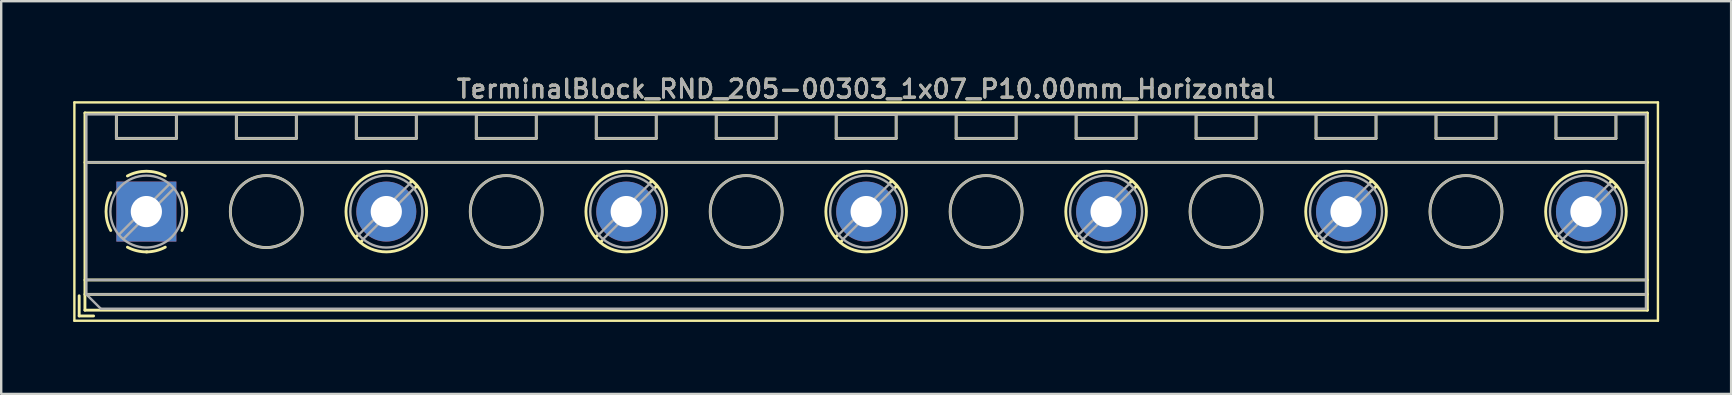
<source format=kicad_pcb>
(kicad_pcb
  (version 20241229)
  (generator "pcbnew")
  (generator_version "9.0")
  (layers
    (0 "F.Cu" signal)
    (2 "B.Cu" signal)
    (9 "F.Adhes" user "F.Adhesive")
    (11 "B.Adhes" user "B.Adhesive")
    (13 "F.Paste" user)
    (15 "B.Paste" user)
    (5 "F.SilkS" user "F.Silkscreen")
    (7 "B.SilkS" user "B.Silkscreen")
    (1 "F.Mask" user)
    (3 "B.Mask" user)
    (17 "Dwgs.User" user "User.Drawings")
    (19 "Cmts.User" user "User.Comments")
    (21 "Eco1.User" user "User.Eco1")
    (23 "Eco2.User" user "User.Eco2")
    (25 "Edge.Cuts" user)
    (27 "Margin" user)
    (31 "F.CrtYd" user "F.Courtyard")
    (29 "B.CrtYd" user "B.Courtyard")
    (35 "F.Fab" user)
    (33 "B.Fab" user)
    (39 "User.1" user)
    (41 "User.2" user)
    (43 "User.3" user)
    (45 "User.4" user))
  (footprint "TerminalBlock_RND_205-00303_1x07_P10.00mm_Horizontal"
    (layer "F.Cu")
    (at 3.05 5.768)
    (property "Reference" "TerminalBlock_RND_205-00303_1x07_P10.00mm_Horizontal" (at 30 -5.11 0) (layer "F.SilkS") (effects (font (size 0.75 0.75) (thickness 0.125))))
    (attr through_hole)
    (fp_line (start -3 -4.55) (end -3 4.55) (stroke (width 0.1) (type solid)) (layer "F.SilkS"))
    (fp_line (start -3 4.55) (end 63 4.55) (stroke (width 0.1) (type solid)) (layer "F.SilkS"))
    (fp_line (start -2.8 3.51) (end -2.8 4.35) (stroke (width 0.12) (type solid)) (layer "F.SilkS"))
    (fp_line (start -2.8 4.35) (end -2.2 4.35) (stroke (width 0.12) (type solid)) (layer "F.SilkS"))
    (fp_line (start -2.56 -4.11) (end -2.56 4.11) (stroke (width 0.12) (type solid)) (layer "F.SilkS"))
    (fp_line (start -2.56 -4.11) (end 62.56 -4.11) (stroke (width 0.12) (type solid)) (layer "F.SilkS"))
    (fp_line (start -2.56 -2.05) (end 62.56 -2.05) (stroke (width 0.12) (type solid)) (layer "F.SilkS"))
    (fp_line (start -2.56 2.85) (end 62.56 2.85) (stroke (width 0.12) (type solid)) (layer "F.SilkS"))
    (fp_line (start -2.56 3.45) (end 62.56 3.45) (stroke (width 0.12) (type solid)) (layer "F.SilkS"))
    (fp_line (start -2.56 4.11) (end 62.56 4.11) (stroke (width 0.12) (type solid)) (layer "F.SilkS"))
    (fp_line (start -1.25 -4.05) (end -1.25 -3.05) (stroke (width 0.12) (type solid)) (layer "F.SilkS"))
    (fp_line (start -1.25 -4.05) (end 1.25 -4.05) (stroke (width 0.12) (type solid)) (layer "F.SilkS"))
    (fp_line (start -1.25 -3.05) (end 1.25 -3.05) (stroke (width 0.12) (type solid)) (layer "F.SilkS"))
    (fp_line (start 1.25 -4.05) (end 1.25 -3.05) (stroke (width 0.12) (type solid)) (layer "F.SilkS"))
    (fp_line (start 3.75 -4.05) (end 3.75 -3.05) (stroke (width 0.12) (type solid)) (layer "F.SilkS"))
    (fp_line (start 3.75 -4.05) (end 6.25 -4.05) (stroke (width 0.12) (type solid)) (layer "F.SilkS"))
    (fp_line (start 3.75 -3.05) (end 6.25 -3.05) (stroke (width 0.12) (type solid)) (layer "F.SilkS"))
    (fp_line (start 6.25 -4.05) (end 6.25 -3.05) (stroke (width 0.12) (type solid)) (layer "F.SilkS"))
    (fp_line (start 8.75 -4.05) (end 8.75 -3.05) (stroke (width 0.12) (type solid)) (layer "F.SilkS"))
    (fp_line (start 8.75 -4.05) (end 11.25 -4.05) (stroke (width 0.12) (type solid)) (layer "F.SilkS"))
    (fp_line (start 8.75 -3.05) (end 11.25 -3.05) (stroke (width 0.12) (type solid)) (layer "F.SilkS"))
    (fp_line (start 8.82 0.976) (end 8.726 1.069) (stroke (width 0.12) (type solid)) (layer "F.SilkS"))
    (fp_line (start 8.99 1.216) (end 8.931 1.274) (stroke (width 0.12) (type solid)) (layer "F.SilkS"))
    (fp_line (start 11.07 -1.275) (end 11.011 -1.216) (stroke (width 0.12) (type solid)) (layer "F.SilkS"))
    (fp_line (start 11.25 -4.05) (end 11.25 -3.05) (stroke (width 0.12) (type solid)) (layer "F.SilkS"))
    (fp_line (start 11.275 -1.069) (end 11.181 -0.976) (stroke (width 0.12) (type solid)) (layer "F.SilkS"))
    (fp_line (start 13.75 -4.05) (end 13.75 -3.05) (stroke (width 0.12) (type solid)) (layer "F.SilkS"))
    (fp_line (start 13.75 -4.05) (end 16.25 -4.05) (stroke (width 0.12) (type solid)) (layer "F.SilkS"))
    (fp_line (start 13.75 -3.05) (end 16.25 -3.05) (stroke (width 0.12) (type solid)) (layer "F.SilkS"))
    (fp_line (start 16.25 -4.05) (end 16.25 -3.05) (stroke (width 0.12) (type solid)) (layer "F.SilkS"))
    (fp_line (start 18.75 -4.05) (end 18.75 -3.05) (stroke (width 0.12) (type solid)) (layer "F.SilkS"))
    (fp_line (start 18.75 -4.05) (end 21.25 -4.05) (stroke (width 0.12) (type solid)) (layer "F.SilkS"))
    (fp_line (start 18.75 -3.05) (end 21.25 -3.05) (stroke (width 0.12) (type solid)) (layer "F.SilkS"))
    (fp_line (start 18.82 0.976) (end 18.726 1.069) (stroke (width 0.12) (type solid)) (layer "F.SilkS"))
    (fp_line (start 18.99 1.216) (end 18.931 1.274) (stroke (width 0.12) (type solid)) (layer "F.SilkS"))
    (fp_line (start 21.07 -1.275) (end 21.011 -1.216) (stroke (width 0.12) (type solid)) (layer "F.SilkS"))
    (fp_line (start 21.25 -4.05) (end 21.25 -3.05) (stroke (width 0.12) (type solid)) (layer "F.SilkS"))
    (fp_line (start 21.275 -1.069) (end 21.181 -0.976) (stroke (width 0.12) (type solid)) (layer "F.SilkS"))
    (fp_line (start 23.75 -4.05) (end 23.75 -3.05) (stroke (width 0.12) (type solid)) (layer "F.SilkS"))
    (fp_line (start 23.75 -4.05) (end 26.25 -4.05) (stroke (width 0.12) (type solid)) (layer "F.SilkS"))
    (fp_line (start 23.75 -3.05) (end 26.25 -3.05) (stroke (width 0.12) (type solid)) (layer "F.SilkS"))
    (fp_line (start 26.25 -4.05) (end 26.25 -3.05) (stroke (width 0.12) (type solid)) (layer "F.SilkS"))
    (fp_line (start 28.75 -4.05) (end 28.75 -3.05) (stroke (width 0.12) (type solid)) (layer "F.SilkS"))
    (fp_line (start 28.75 -4.05) (end 31.25 -4.05) (stroke (width 0.12) (type solid)) (layer "F.SilkS"))
    (fp_line (start 28.75 -3.05) (end 31.25 -3.05) (stroke (width 0.12) (type solid)) (layer "F.SilkS"))
    (fp_line (start 28.82 0.976) (end 28.726 1.069) (stroke (width 0.12) (type solid)) (layer "F.SilkS"))
    (fp_line (start 28.99 1.216) (end 28.931 1.274) (stroke (width 0.12) (type solid)) (layer "F.SilkS"))
    (fp_line (start 31.07 -1.275) (end 31.011 -1.216) (stroke (width 0.12) (type solid)) (layer "F.SilkS"))
    (fp_line (start 31.25 -4.05) (end 31.25 -3.05) (stroke (width 0.12) (type solid)) (layer "F.SilkS"))
    (fp_line (start 31.275 -1.069) (end 31.181 -0.976) (stroke (width 0.12) (type solid)) (layer "F.SilkS"))
    (fp_line (start 33.75 -4.05) (end 33.75 -3.05) (stroke (width 0.12) (type solid)) (layer "F.SilkS"))
    (fp_line (start 33.75 -4.05) (end 36.25 -4.05) (stroke (width 0.12) (type solid)) (layer "F.SilkS"))
    (fp_line (start 33.75 -3.05) (end 36.25 -3.05) (stroke (width 0.12) (type solid)) (layer "F.SilkS"))
    (fp_line (start 36.25 -4.05) (end 36.25 -3.05) (stroke (width 0.12) (type solid)) (layer "F.SilkS"))
    (fp_line (start 38.75 -4.05) (end 38.75 -3.05) (stroke (width 0.12) (type solid)) (layer "F.SilkS"))
    (fp_line (start 38.75 -4.05) (end 41.25 -4.05) (stroke (width 0.12) (type solid)) (layer "F.SilkS"))
    (fp_line (start 38.75 -3.05) (end 41.25 -3.05) (stroke (width 0.12) (type solid)) (layer "F.SilkS"))
    (fp_line (start 38.82 0.976) (end 38.726 1.069) (stroke (width 0.12) (type solid)) (layer "F.SilkS"))
    (fp_line (start 38.99 1.216) (end 38.931 1.274) (stroke (width 0.12) (type solid)) (layer "F.SilkS"))
    (fp_line (start 41.07 -1.275) (end 41.011 -1.216) (stroke (width 0.12) (type solid)) (layer "F.SilkS"))
    (fp_line (start 41.25 -4.05) (end 41.25 -3.05) (stroke (width 0.12) (type solid)) (layer "F.SilkS"))
    (fp_line (start 41.275 -1.069) (end 41.181 -0.976) (stroke (width 0.12) (type solid)) (layer "F.SilkS"))
    (fp_line (start 43.75 -4.05) (end 43.75 -3.05) (stroke (width 0.12) (type solid)) (layer "F.SilkS"))
    (fp_line (start 43.75 -4.05) (end 46.25 -4.05) (stroke (width 0.12) (type solid)) (layer "F.SilkS"))
    (fp_line (start 43.75 -3.05) (end 46.25 -3.05) (stroke (width 0.12) (type solid)) (layer "F.SilkS"))
    (fp_line (start 46.25 -4.05) (end 46.25 -3.05) (stroke (width 0.12) (type solid)) (layer "F.SilkS"))
    (fp_line (start 48.75 -4.05) (end 48.75 -3.05) (stroke (width 0.12) (type solid)) (layer "F.SilkS"))
    (fp_line (start 48.75 -4.05) (end 51.25 -4.05) (stroke (width 0.12) (type solid)) (layer "F.SilkS"))
    (fp_line (start 48.75 -3.05) (end 51.25 -3.05) (stroke (width 0.12) (type solid)) (layer "F.SilkS"))
    (fp_line (start 48.82 0.976) (end 48.726 1.069) (stroke (width 0.12) (type solid)) (layer "F.SilkS"))
    (fp_line (start 48.99 1.216) (end 48.931 1.274) (stroke (width 0.12) (type solid)) (layer "F.SilkS"))
    (fp_line (start 51.07 -1.275) (end 51.011 -1.216) (stroke (width 0.12) (type solid)) (layer "F.SilkS"))
    (fp_line (start 51.25 -4.05) (end 51.25 -3.05) (stroke (width 0.12) (type solid)) (layer "F.SilkS"))
    (fp_line (start 51.275 -1.069) (end 51.181 -0.976) (stroke (width 0.12) (type solid)) (layer "F.SilkS"))
    (fp_line (start 53.75 -4.05) (end 53.75 -3.05) (stroke (width 0.12) (type solid)) (layer "F.SilkS"))
    (fp_line (start 53.75 -4.05) (end 56.25 -4.05) (stroke (width 0.12) (type solid)) (layer "F.SilkS"))
    (fp_line (start 53.75 -3.05) (end 56.25 -3.05) (stroke (width 0.12) (type solid)) (layer "F.SilkS"))
    (fp_line (start 56.25 -4.05) (end 56.25 -3.05) (stroke (width 0.12) (type solid)) (layer "F.SilkS"))
    (fp_line (start 58.75 -4.05) (end 58.75 -3.05) (stroke (width 0.12) (type solid)) (layer "F.SilkS"))
    (fp_line (start 58.75 -4.05) (end 61.25 -4.05) (stroke (width 0.12) (type solid)) (layer "F.SilkS"))
    (fp_line (start 58.75 -3.05) (end 61.25 -3.05) (stroke (width 0.12) (type solid)) (layer "F.SilkS"))
    (fp_line (start 58.82 0.976) (end 58.726 1.069) (stroke (width 0.12) (type solid)) (layer "F.SilkS"))
    (fp_line (start 58.99 1.216) (end 58.931 1.274) (stroke (width 0.12) (type solid)) (layer "F.SilkS"))
    (fp_line (start 61.07 -1.275) (end 61.011 -1.216) (stroke (width 0.12) (type solid)) (layer "F.SilkS"))
    (fp_line (start 61.25 -4.05) (end 61.25 -3.05) (stroke (width 0.12) (type solid)) (layer "F.SilkS"))
    (fp_line (start 61.275 -1.069) (end 61.181 -0.976) (stroke (width 0.12) (type solid)) (layer "F.SilkS"))
    (fp_line (start 62.56 -4.11) (end 62.56 4.11) (stroke (width 0.12) (type solid)) (layer "F.SilkS"))
    (fp_line (start 63 -4.55) (end -3 -4.55) (stroke (width 0.1) (type solid)) (layer "F.SilkS"))
    (fp_line (start 63 4.55) (end 63 -4.55) (stroke (width 0.1) (type solid)) (layer "F.SilkS"))
    (fp_arc (start -1.483953 0.789089) (mid -1.680708 0.00005) (end -1.484 -0.789) (stroke (width 0.12) (type solid)) (layer "F.SilkS"))
    (fp_arc (start -0.789089 -1.483953) (mid -0.00005 -1.680708) (end 0.789 -1.484) (stroke (width 0.12) (type solid)) (layer "F.SilkS"))
    (fp_arc (start 0.029383 1.68045) (mid -0.392304 1.634281) (end -0.789 1.484) (stroke (width 0.12) (type solid)) (layer "F.SilkS"))
    (fp_arc (start 0.788712 1.483352) (mid 0.406429 1.630097) (end 0 1.68) (stroke (width 0.12) (type solid)) (layer "F.SilkS"))
    (fp_arc (start 1.483953 -0.789089) (mid 1.680708 -0.00005) (end 1.484 0.789) (stroke (width 0.12) (type solid)) (layer "F.SilkS"))
    (fp_circle (center 5 0) (end 6.5 0) (stroke (width 0.12) (type solid)) (fill no) (layer "F.SilkS"))
    (fp_circle (center 10 0) (end 11.68 0) (stroke (width 0.12) (type solid)) (fill no) (layer "F.SilkS"))
    (fp_circle (center 15 0) (end 16.5 0) (stroke (width 0.12) (type solid)) (fill no) (layer "F.SilkS"))
    (fp_circle (center 20 0) (end 21.68 0) (stroke (width 0.12) (type solid)) (fill no) (layer "F.SilkS"))
    (fp_circle (center 25 0) (end 26.5 0) (stroke (width 0.12) (type solid)) (fill no) (layer "F.SilkS"))
    (fp_circle (center 30 0) (end 31.68 0) (stroke (width 0.12) (type solid)) (fill no) (layer "F.SilkS"))
    (fp_circle (center 35 0) (end 36.5 0) (stroke (width 0.12) (type solid)) (fill no) (layer "F.SilkS"))
    (fp_circle (center 40 0) (end 41.68 0) (stroke (width 0.12) (type solid)) (fill no) (layer "F.SilkS"))
    (fp_circle (center 45 0) (end 46.5 0) (stroke (width 0.12) (type solid)) (fill no) (layer "F.SilkS"))
    (fp_circle (center 50 0) (end 51.68 0) (stroke (width 0.12) (type solid)) (fill no) (layer "F.SilkS"))
    (fp_circle (center 55 0) (end 56.5 0) (stroke (width 0.12) (type solid)) (fill no) (layer "F.SilkS"))
    (fp_circle (center 60 0) (end 61.68 0) (stroke (width 0.12) (type solid)) (fill no) (layer "F.SilkS"))
    (fp_line (start -2.5 -4.05) (end 62.5 -4.05) (stroke (width 0.1) (type solid)) (layer "F.Fab"))
    (fp_line (start -2.5 -2.05) (end 62.5 -2.05) (stroke (width 0.1) (type solid)) (layer "F.Fab"))
    (fp_line (start -2.5 2.85) (end 62.5 2.85) (stroke (width 0.1) (type solid)) (layer "F.Fab"))
    (fp_line (start -2.5 3.45) (end -2.5 -4.05) (stroke (width 0.1) (type solid)) (layer "F.Fab"))
    (fp_line (start -2.5 3.45) (end 62.5 3.45) (stroke (width 0.1) (type solid)) (layer "F.Fab"))
    (fp_line (start -1.9 4.05) (end -2.5 3.45) (stroke (width 0.1) (type solid)) (layer "F.Fab"))
    (fp_line (start -1.25 -4.05) (end -1.25 -3.05) (stroke (width 0.1) (type solid)) (layer "F.Fab"))
    (fp_line (start -1.25 -3.05) (end 1.25 -3.05) (stroke (width 0.1) (type solid)) (layer "F.Fab"))
    (fp_line (start 0.955 -1.138) (end -1.138 0.955) (stroke (width 0.1) (type solid)) (layer "F.Fab"))
    (fp_line (start 1.138 -0.955) (end -0.955 1.138) (stroke (width 0.1) (type solid)) (layer "F.Fab"))
    (fp_line (start 1.25 -4.05) (end -1.25 -4.05) (stroke (width 0.1) (type solid)) (layer "F.Fab"))
    (fp_line (start 1.25 -3.05) (end 1.25 -4.05) (stroke (width 0.1) (type solid)) (layer "F.Fab"))
    (fp_line (start 3.75 -4.05) (end 3.75 -3.05) (stroke (width 0.1) (type solid)) (layer "F.Fab"))
    (fp_line (start 3.75 -3.05) (end 6.25 -3.05) (stroke (width 0.1) (type solid)) (layer "F.Fab"))
    (fp_line (start 6.25 -4.05) (end 3.75 -4.05) (stroke (width 0.1) (type solid)) (layer "F.Fab"))
    (fp_line (start 6.25 -3.05) (end 6.25 -4.05) (stroke (width 0.1) (type solid)) (layer "F.Fab"))
    (fp_line (start 8.75 -4.05) (end 8.75 -3.05) (stroke (width 0.1) (type solid)) (layer "F.Fab"))
    (fp_line (start 8.75 -3.05) (end 11.25 -3.05) (stroke (width 0.1) (type solid)) (layer "F.Fab"))
    (fp_line (start 10.955 -1.138) (end 8.863 0.955) (stroke (width 0.1) (type solid)) (layer "F.Fab"))
    (fp_line (start 11.138 -0.955) (end 9.046 1.138) (stroke (width 0.1) (type solid)) (layer "F.Fab"))
    (fp_line (start 11.25 -4.05) (end 8.75 -4.05) (stroke (width 0.1) (type solid)) (layer "F.Fab"))
    (fp_line (start 11.25 -3.05) (end 11.25 -4.05) (stroke (width 0.1) (type solid)) (layer "F.Fab"))
    (fp_line (start 13.75 -4.05) (end 13.75 -3.05) (stroke (width 0.1) (type solid)) (layer "F.Fab"))
    (fp_line (start 13.75 -3.05) (end 16.25 -3.05) (stroke (width 0.1) (type solid)) (layer "F.Fab"))
    (fp_line (start 16.25 -4.05) (end 13.75 -4.05) (stroke (width 0.1) (type solid)) (layer "F.Fab"))
    (fp_line (start 16.25 -3.05) (end 16.25 -4.05) (stroke (width 0.1) (type solid)) (layer "F.Fab"))
    (fp_line (start 18.75 -4.05) (end 18.75 -3.05) (stroke (width 0.1) (type solid)) (layer "F.Fab"))
    (fp_line (start 18.75 -3.05) (end 21.25 -3.05) (stroke (width 0.1) (type solid)) (layer "F.Fab"))
    (fp_line (start 20.955 -1.138) (end 18.863 0.955) (stroke (width 0.1) (type solid)) (layer "F.Fab"))
    (fp_line (start 21.138 -0.955) (end 19.046 1.138) (stroke (width 0.1) (type solid)) (layer "F.Fab"))
    (fp_line (start 21.25 -4.05) (end 18.75 -4.05) (stroke (width 0.1) (type solid)) (layer "F.Fab"))
    (fp_line (start 21.25 -3.05) (end 21.25 -4.05) (stroke (width 0.1) (type solid)) (layer "F.Fab"))
    (fp_line (start 23.75 -4.05) (end 23.75 -3.05) (stroke (width 0.1) (type solid)) (layer "F.Fab"))
    (fp_line (start 23.75 -3.05) (end 26.25 -3.05) (stroke (width 0.1) (type solid)) (layer "F.Fab"))
    (fp_line (start 26.25 -4.05) (end 23.75 -4.05) (stroke (width 0.1) (type solid)) (layer "F.Fab"))
    (fp_line (start 26.25 -3.05) (end 26.25 -4.05) (stroke (width 0.1) (type solid)) (layer "F.Fab"))
    (fp_line (start 28.75 -4.05) (end 28.75 -3.05) (stroke (width 0.1) (type solid)) (layer "F.Fab"))
    (fp_line (start 28.75 -3.05) (end 31.25 -3.05) (stroke (width 0.1) (type solid)) (layer "F.Fab"))
    (fp_line (start 30.955 -1.138) (end 28.863 0.955) (stroke (width 0.1) (type solid)) (layer "F.Fab"))
    (fp_line (start 31.138 -0.955) (end 29.046 1.138) (stroke (width 0.1) (type solid)) (layer "F.Fab"))
    (fp_line (start 31.25 -4.05) (end 28.75 -4.05) (stroke (width 0.1) (type solid)) (layer "F.Fab"))
    (fp_line (start 31.25 -3.05) (end 31.25 -4.05) (stroke (width 0.1) (type solid)) (layer "F.Fab"))
    (fp_line (start 33.75 -4.05) (end 33.75 -3.05) (stroke (width 0.1) (type solid)) (layer "F.Fab"))
    (fp_line (start 33.75 -3.05) (end 36.25 -3.05) (stroke (width 0.1) (type solid)) (layer "F.Fab"))
    (fp_line (start 36.25 -4.05) (end 33.75 -4.05) (stroke (width 0.1) (type solid)) (layer "F.Fab"))
    (fp_line (start 36.25 -3.05) (end 36.25 -4.05) (stroke (width 0.1) (type solid)) (layer "F.Fab"))
    (fp_line (start 38.75 -4.05) (end 38.75 -3.05) (stroke (width 0.1) (type solid)) (layer "F.Fab"))
    (fp_line (start 38.75 -3.05) (end 41.25 -3.05) (stroke (width 0.1) (type solid)) (layer "F.Fab"))
    (fp_line (start 40.955 -1.138) (end 38.863 0.955) (stroke (width 0.1) (type solid)) (layer "F.Fab"))
    (fp_line (start 41.138 -0.955) (end 39.046 1.138) (stroke (width 0.1) (type solid)) (layer "F.Fab"))
    (fp_line (start 41.25 -4.05) (end 38.75 -4.05) (stroke (width 0.1) (type solid)) (layer "F.Fab"))
    (fp_line (start 41.25 -3.05) (end 41.25 -4.05) (stroke (width 0.1) (type solid)) (layer "F.Fab"))
    (fp_line (start 43.75 -4.05) (end 43.75 -3.05) (stroke (width 0.1) (type solid)) (layer "F.Fab"))
    (fp_line (start 43.75 -3.05) (end 46.25 -3.05) (stroke (width 0.1) (type solid)) (layer "F.Fab"))
    (fp_line (start 46.25 -4.05) (end 43.75 -4.05) (stroke (width 0.1) (type solid)) (layer "F.Fab"))
    (fp_line (start 46.25 -3.05) (end 46.25 -4.05) (stroke (width 0.1) (type solid)) (layer "F.Fab"))
    (fp_line (start 48.75 -4.05) (end 48.75 -3.05) (stroke (width 0.1) (type solid)) (layer "F.Fab"))
    (fp_line (start 48.75 -3.05) (end 51.25 -3.05) (stroke (width 0.1) (type solid)) (layer "F.Fab"))
    (fp_line (start 50.955 -1.138) (end 48.863 0.955) (stroke (width 0.1) (type solid)) (layer "F.Fab"))
    (fp_line (start 51.138 -0.955) (end 49.046 1.138) (stroke (width 0.1) (type solid)) (layer "F.Fab"))
    (fp_line (start 51.25 -4.05) (end 48.75 -4.05) (stroke (width 0.1) (type solid)) (layer "F.Fab"))
    (fp_line (start 51.25 -3.05) (end 51.25 -4.05) (stroke (width 0.1) (type solid)) (layer "F.Fab"))
    (fp_line (start 53.75 -4.05) (end 53.75 -3.05) (stroke (width 0.1) (type solid)) (layer "F.Fab"))
    (fp_line (start 53.75 -3.05) (end 56.25 -3.05) (stroke (width 0.1) (type solid)) (layer "F.Fab"))
    (fp_line (start 56.25 -4.05) (end 53.75 -4.05) (stroke (width 0.1) (type solid)) (layer "F.Fab"))
    (fp_line (start 56.25 -3.05) (end 56.25 -4.05) (stroke (width 0.1) (type solid)) (layer "F.Fab"))
    (fp_line (start 58.75 -4.05) (end 58.75 -3.05) (stroke (width 0.1) (type solid)) (layer "F.Fab"))
    (fp_line (start 58.75 -3.05) (end 61.25 -3.05) (stroke (width 0.1) (type solid)) (layer "F.Fab"))
    (fp_line (start 60.955 -1.138) (end 58.863 0.955) (stroke (width 0.1) (type solid)) (layer "F.Fab"))
    (fp_line (start 61.138 -0.955) (end 59.046 1.138) (stroke (width 0.1) (type solid)) (layer "F.Fab"))
    (fp_line (start 61.25 -4.05) (end 58.75 -4.05) (stroke (width 0.1) (type solid)) (layer "F.Fab"))
    (fp_line (start 61.25 -3.05) (end 61.25 -4.05) (stroke (width 0.1) (type solid)) (layer "F.Fab"))
    (fp_line (start 62.5 -4.05) (end 62.5 4.05) (stroke (width 0.1) (type solid)) (layer "F.Fab"))
    (fp_line (start 62.5 4.05) (end -1.9 4.05) (stroke (width 0.1) (type solid)) (layer "F.Fab"))
    (fp_circle (center 0 0) (end 1.5 0) (stroke (width 0.1) (type solid)) (fill no) (layer "F.Fab"))
    (fp_circle (center 5 0) (end 6.5 0) (stroke (width 0.1) (type solid)) (fill no) (layer "F.Fab"))
    (fp_circle (center 10 0) (end 11.5 0) (stroke (width 0.1) (type solid)) (fill no) (layer "F.Fab"))
    (fp_circle (center 15 0) (end 16.5 0) (stroke (width 0.1) (type solid)) (fill no) (layer "F.Fab"))
    (fp_circle (center 20 0) (end 21.5 0) (stroke (width 0.1) (type solid)) (fill no) (layer "F.Fab"))
    (fp_circle (center 25 0) (end 26.5 0) (stroke (width 0.1) (type solid)) (fill no) (layer "F.Fab"))
    (fp_circle (center 30 0) (end 31.5 0) (stroke (width 0.1) (type solid)) (fill no) (layer "F.Fab"))
    (fp_circle (center 35 0) (end 36.5 0) (stroke (width 0.1) (type solid)) (fill no) (layer "F.Fab"))
    (fp_circle (center 40 0) (end 41.5 0) (stroke (width 0.1) (type solid)) (fill no) (layer "F.Fab"))
    (fp_circle (center 45 0) (end 46.5 0) (stroke (width 0.1) (type solid)) (fill no) (layer "F.Fab"))
    (fp_circle (center 50 0) (end 51.5 0) (stroke (width 0.1) (type solid)) (fill no) (layer "F.Fab"))
    (fp_circle (center 55 0) (end 56.5 0) (stroke (width 0.1) (type solid)) (fill no) (layer "F.Fab"))
    (fp_circle (center 60 0) (end 61.5 0) (stroke (width 0.1) (type solid)) (fill no) (layer "F.Fab"))
    (fp_text user "${REFERENCE}" (at 30 -5.11 0) (layer "F.Fab") (effects (font (size 0.75 0.75) (thickness 0.125))))
    (pad "1" thru_hole rect (at 0 0) (size 2.5 2.5) (drill 1.3) (layers "*.Cu" "*.Mask"))
    (pad "2" thru_hole circle (at 10 0) (size 2.5 2.5) (drill 1.3) (layers "*.Cu" "*.Mask"))
    (pad "3" thru_hole circle (at 20 0) (size 2.5 2.5) (drill 1.3) (layers "*.Cu" "*.Mask"))
    (pad "4" thru_hole circle (at 30 0) (size 2.5 2.5) (drill 1.3) (layers "*.Cu" "*.Mask"))
    (pad "5" thru_hole circle (at 40 0) (size 2.5 2.5) (drill 1.3) (layers "*.Cu" "*.Mask"))
    (pad "6" thru_hole circle (at 50 0) (size 2.5 2.5) (drill 1.3) (layers "*.Cu" "*.Mask"))
    (pad "7" thru_hole circle (at 60 0) (size 2.5 2.5) (drill 1.3) (layers "*.Cu" "*.Mask")))
  (gr_rect
    (start -3 -3)
    (end 69.1 13.368)
    (stroke (width 0.1) (type default))
    (fill no)
    (layer "Edge.Cuts")))
</source>
